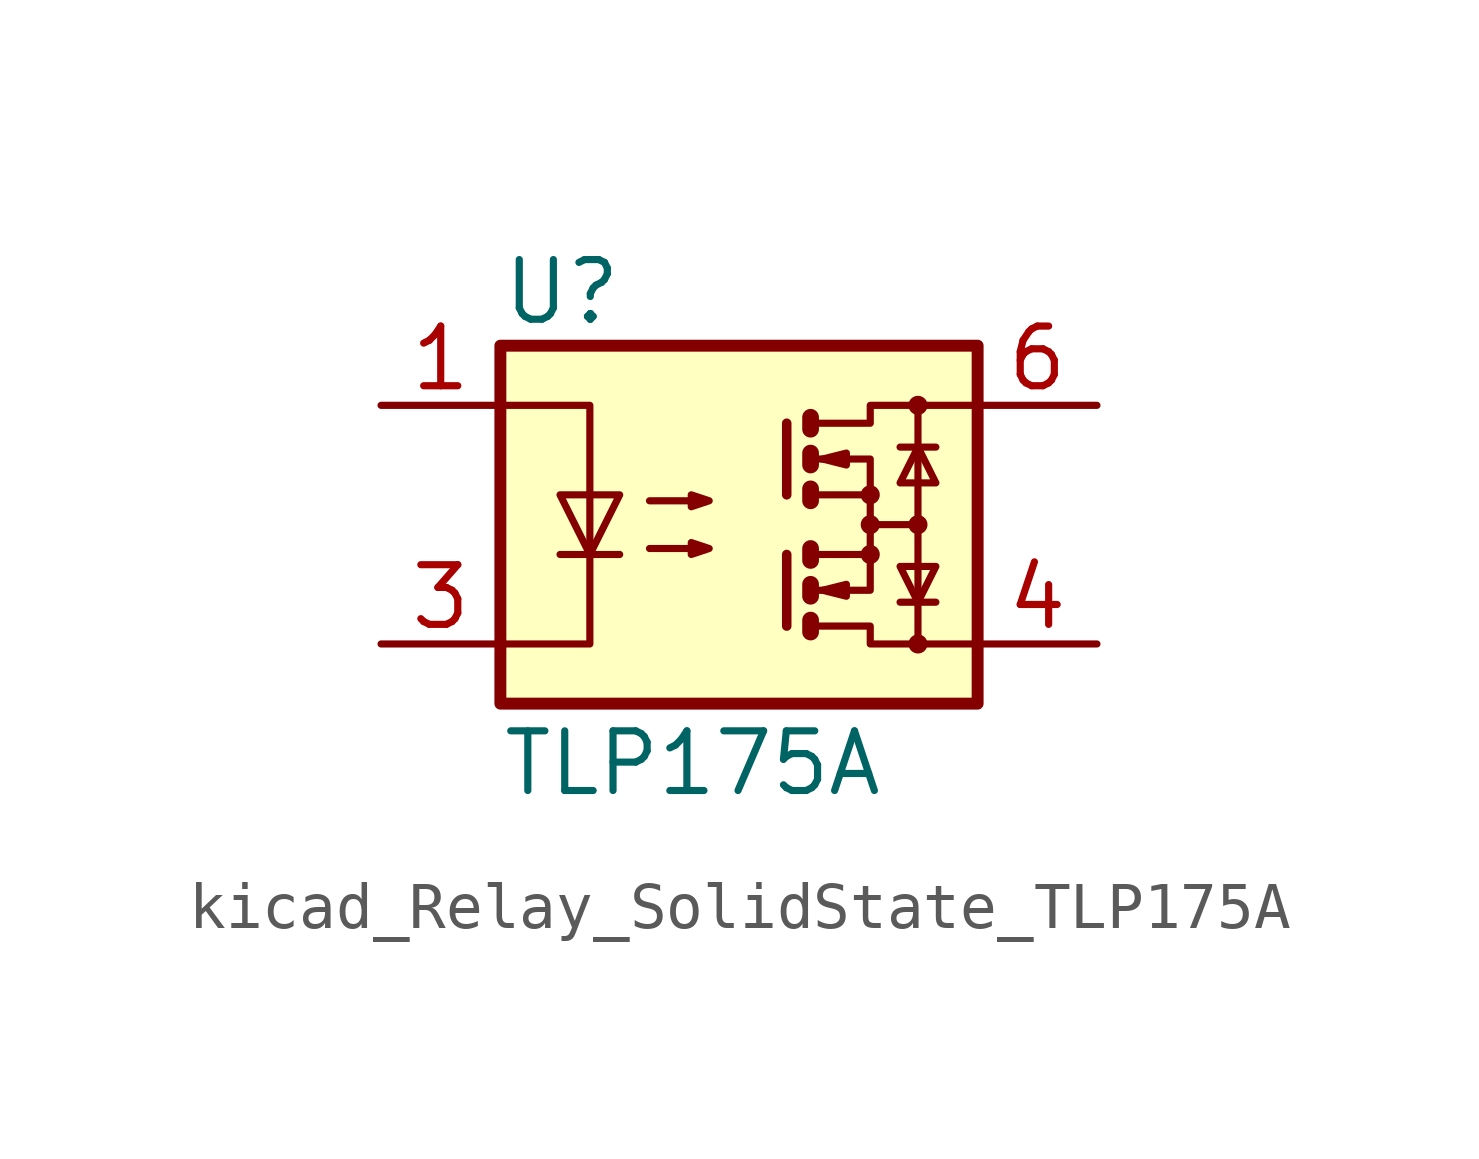
<source format=kicad_sym>
(kicad_symbol_lib
  (version 20220914)
  (generator kicad_symbol_editor)
  (symbol "kicad_Relay_SolidState_TLP175A"
    (property "Reference" "U"
      (at -5.08 4.953 0)
      (effects (font (size 1.27 1.27)) (justify left)))
    (property "Value" "TLP175A"
      (at -5.08 -5.08 0)
      (effects (font (size 1.27 1.27)) (justify left)))
    (symbol "kicad_Relay_SolidState_TLP175A_0_1"
      (rectangle (start -5.08 3.81) (end 5.08 -3.81) (stroke (width 0.254) (type default)) (fill (type background)))
      (polyline (pts (xy -3.81 -0.635) (xy -2.54 -0.635)) (stroke (width 0) (type default)) (fill (type none)))
      (polyline (pts (xy 1.016 -0.635) (xy 1.016 -2.159)) (stroke (width 0.203) (type default)) (fill (type none)))
      (polyline (pts (xy 1.016 2.159) (xy 1.016 0.635)) (stroke (width 0.203) (type default)) (fill (type none)))
      (polyline (pts (xy 1.524 -0.508) (xy 1.524 -0.762)) (stroke (width 0.356) (type default)) (fill (type none)))
      (polyline (pts (xy 2.794 0) (xy 3.81 0)) (stroke (width 0) (type default)) (fill (type none)))
      (polyline (pts (xy 3.429 -1.651) (xy 4.191 -1.651)) (stroke (width 0) (type default)) (fill (type none)))
      (polyline (pts (xy 3.429 1.651) (xy 4.191 1.651)) (stroke (width 0) (type default)) (fill (type none)))
      (polyline (pts (xy 3.81 -2.54) (xy 3.81 2.54)) (stroke (width 0) (type default)) (fill (type none)))
      (polyline (pts (xy 1.524 -2.032) (xy 1.524 -2.286) (xy 1.524 -2.286)) (stroke (width 0.356) (type default)) (fill (type none)))
      (polyline (pts (xy 1.524 -1.27) (xy 1.524 -1.524) (xy 1.524 -1.524)) (stroke (width 0.356) (type default)) (fill (type none)))
      (polyline (pts (xy 1.524 0.762) (xy 1.524 0.508) (xy 1.524 0.508)) (stroke (width 0.356) (type default)) (fill (type none)))
      (polyline (pts (xy 1.524 1.524) (xy 1.524 1.27) (xy 1.524 1.27)) (stroke (width 0.356) (type default)) (fill (type none)))
      (polyline (pts (xy 1.524 2.286) (xy 1.524 2.032) (xy 1.524 2.032)) (stroke (width 0.356) (type default)) (fill (type none)))
      (polyline (pts (xy 1.651 -1.397) (xy 2.794 -1.397) (xy 2.794 -0.635)) (stroke (width 0) (type default)) (fill (type none)))
      (polyline (pts (xy 1.651 1.397) (xy 2.794 1.397) (xy 2.794 0.635)) (stroke (width 0) (type default)) (fill (type none)))
      (polyline (pts (xy -5.08 2.54) (xy -3.175 2.54) (xy -3.175 -2.54) (xy -5.08 -2.54)) (stroke (width 0) (type default)) (fill (type none)))
      (polyline (pts (xy -3.175 -0.635) (xy -3.81 0.635) (xy -2.54 0.635) (xy -3.175 -0.635)) (stroke (width 0) (type default)) (fill (type none)))
      (polyline (pts (xy 1.651 -2.159) (xy 2.794 -2.159) (xy 2.794 -2.54) (xy 5.08 -2.54)) (stroke (width 0) (type default)) (fill (type none)))
      (polyline (pts (xy 1.651 -0.635) (xy 2.794 -0.635) (xy 2.794 0.635) (xy 1.651 0.635)) (stroke (width 0) (type default)) (fill (type none)))
      (polyline (pts (xy 1.651 2.159) (xy 2.794 2.159) (xy 2.794 2.54) (xy 5.08 2.54)) (stroke (width 0) (type default)) (fill (type none)))
      (polyline (pts (xy 1.778 -1.397) (xy 2.286 -1.27) (xy 2.286 -1.524) (xy 1.778 -1.397)) (stroke (width 0) (type default)) (fill (type none)))
      (polyline (pts (xy 1.778 1.397) (xy 2.286 1.524) (xy 2.286 1.27) (xy 1.778 1.397)) (stroke (width 0) (type default)) (fill (type none)))
      (polyline (pts (xy 3.81 -1.651) (xy 3.429 -0.889) (xy 4.191 -0.889) (xy 3.81 -1.651)) (stroke (width 0) (type default)) (fill (type none)))
      (polyline (pts (xy 3.81 1.651) (xy 3.429 0.889) (xy 4.191 0.889) (xy 3.81 1.651)) (stroke (width 0) (type default)) (fill (type none)))
      (polyline (pts (xy -1.905 -0.508) (xy -0.635 -0.508) (xy -1.016 -0.635) (xy -1.016 -0.381) (xy -0.635 -0.508)) (stroke (width 0) (type default)) (fill (type none)))
      (polyline (pts (xy -1.905 0.508) (xy -0.635 0.508) (xy -1.016 0.381) (xy -1.016 0.635) (xy -0.635 0.508)) (stroke (width 0) (type default)) (fill (type none)))
      (circle (center 2.794 -0.635) (radius 0.127) (stroke (width 0) (type default)) (fill (type none)))
      (circle (center 2.794 0) (radius 0.127) (stroke (width 0) (type default)) (fill (type none)))
      (circle (center 2.794 0.635) (radius 0.127) (stroke (width 0) (type default)) (fill (type none)))
      (circle (center 3.81 -2.54) (radius 0.127) (stroke (width 0) (type default)) (fill (type none)))
      (circle (center 3.81 0) (radius 0.127) (stroke (width 0) (type default)) (fill (type none)))
      (circle (center 3.81 2.54) (radius 0.127) (stroke (width 0) (type default)) (fill (type none))))
    (symbol "kicad_Relay_SolidState_TLP175A_1_1"
      (pin passive line (at -7.62 2.54 0) (length 2.54) (name "~" (effects (font (size 1.27 1.27)))) (number "1" (effects (font (size 1.27 1.27)))))
      (pin passive line (at -7.62 -2.54 0) (length 2.54) (name "~" (effects (font (size 1.27 1.27)))) (number "3" (effects (font (size 1.27 1.27)))))
      (pin passive line (at 7.62 -2.54 180) (length 2.54) (name "~" (effects (font (size 1.27 1.27)))) (number "4" (effects (font (size 1.27 1.27)))))
      (pin passive line (at 7.62 2.54 180) (length 2.54) (name "~" (effects (font (size 1.27 1.27)))) (number "6" (effects (font (size 1.27 1.27))))))))
</source>
